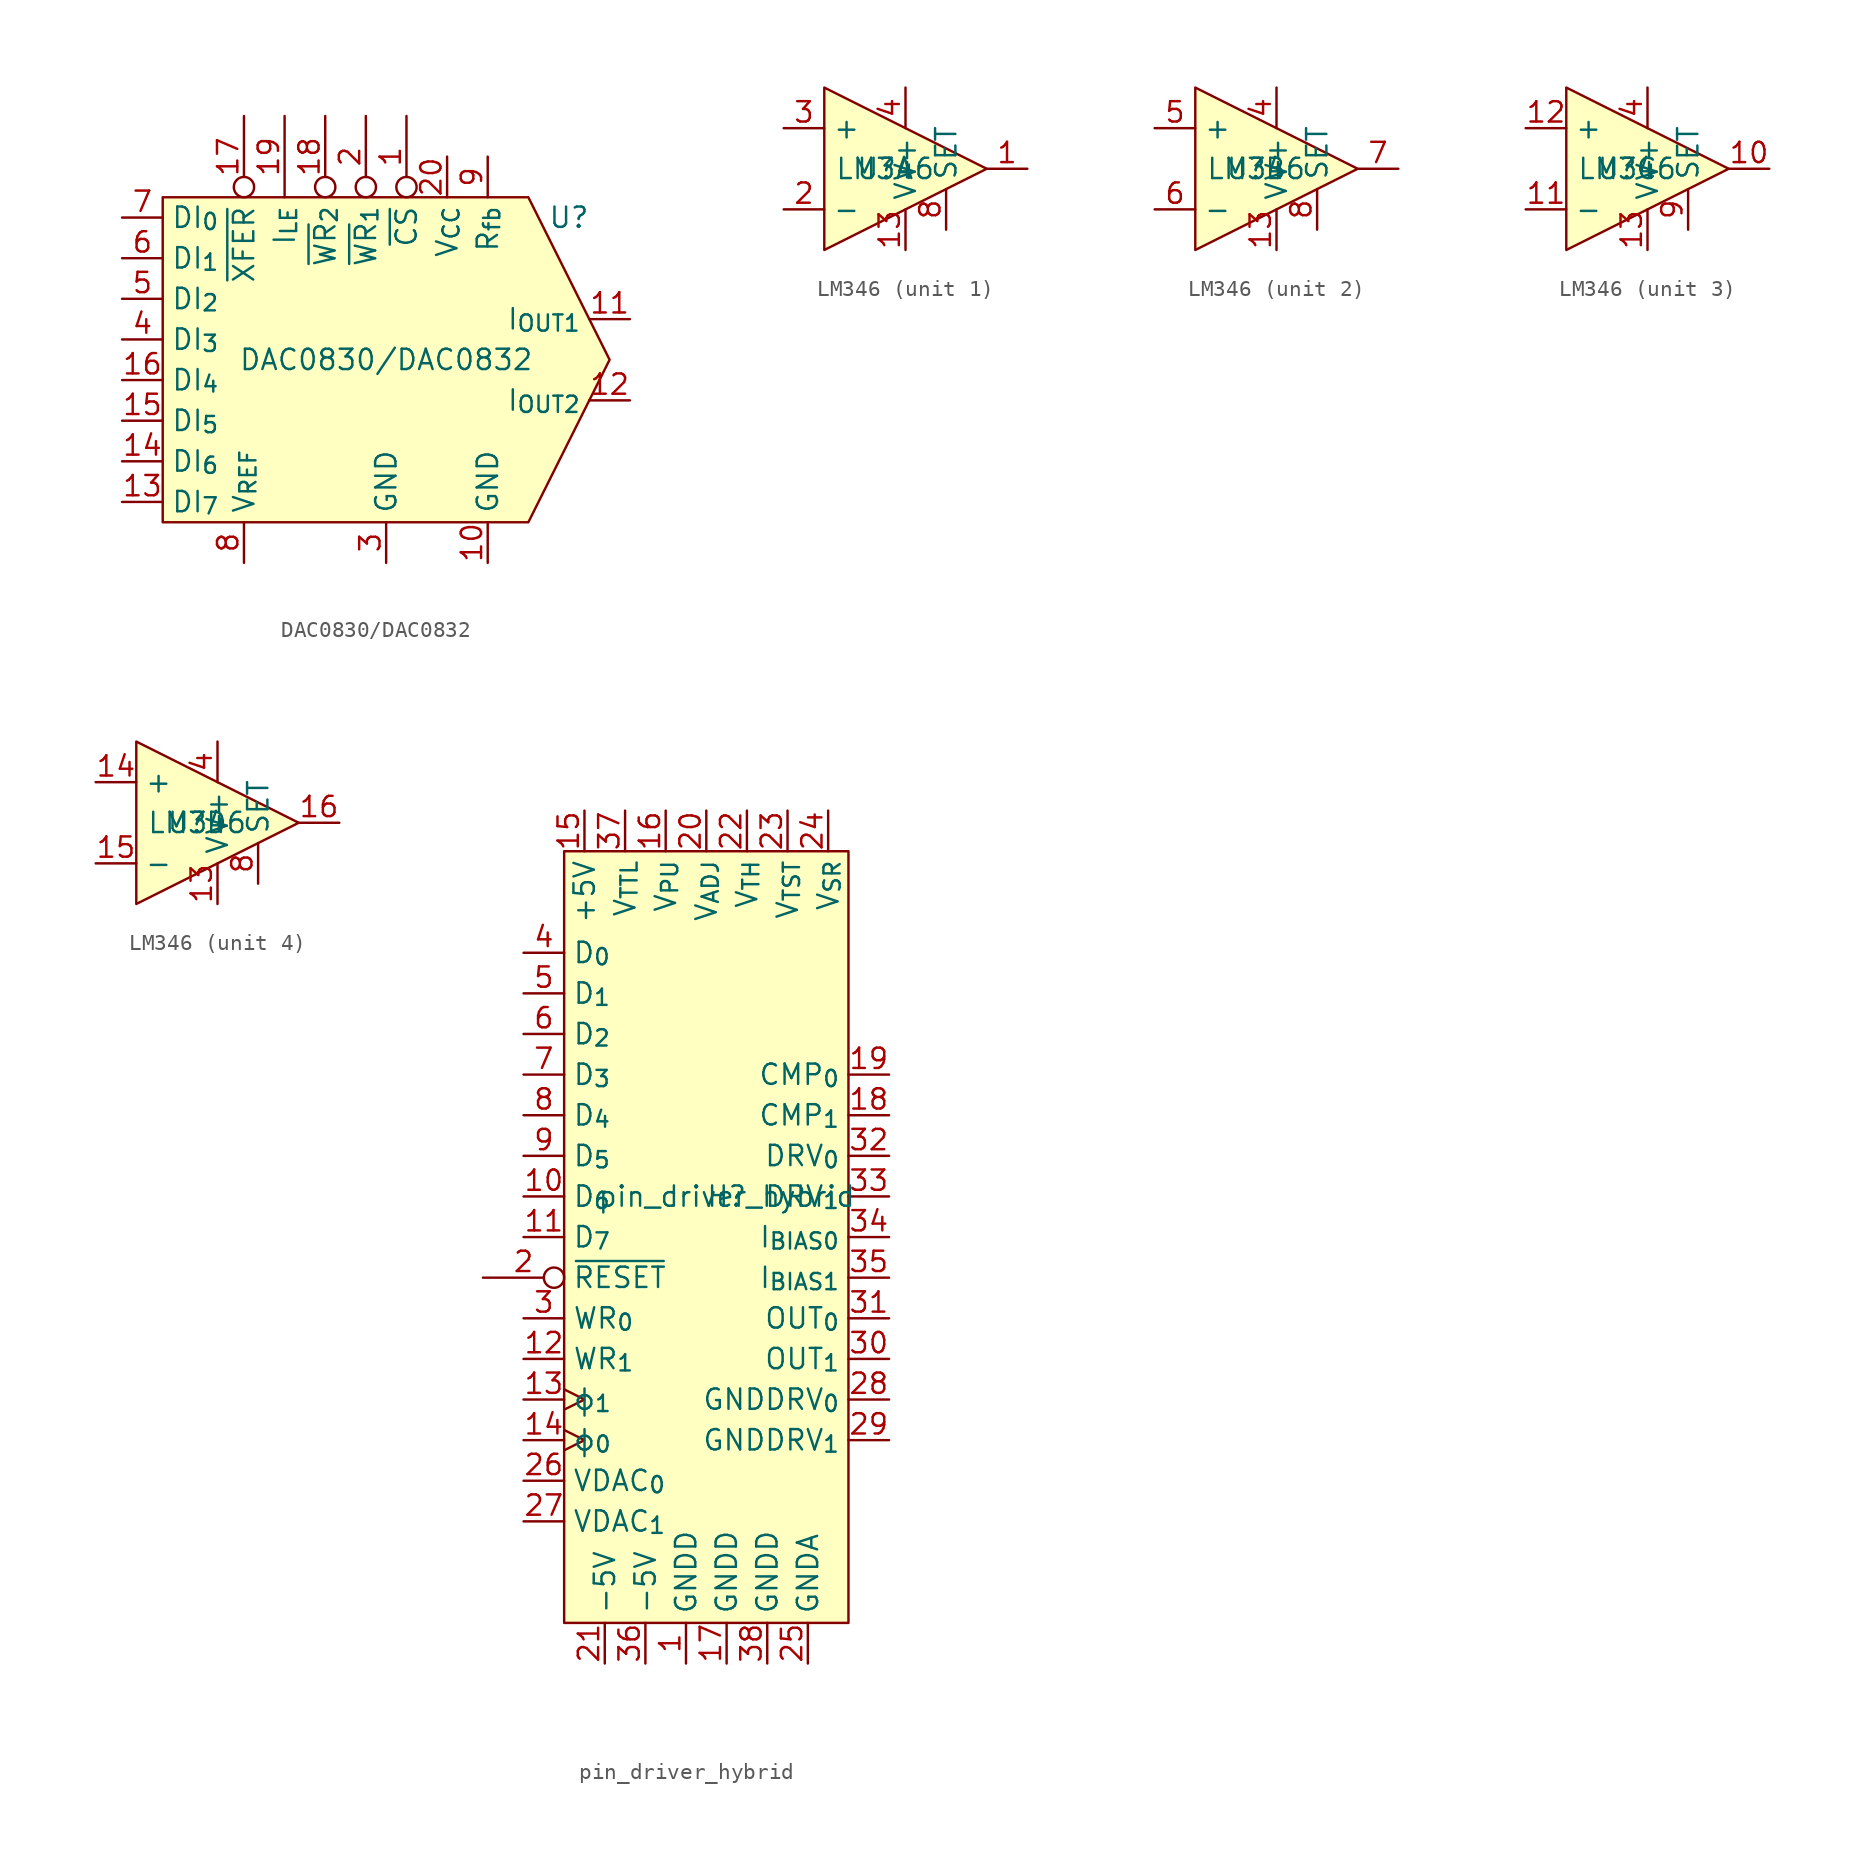
<source format=kicad_sym>
(kicad_symbol_lib
  (version 20231120)
  (generator "kicad_symbol_editor")
  (generator_version "8.0")
  (symbol "DAC0830/DAC0832"
    (property "Reference" "U"
      (at 12.7 8.89 0)
      (effects (font (size 1.27 1.27))))
    (property "Value" "DAC0830{slash}DAC0832"
      (at 1.27 0 0)
      (effects (font (size 1.27 1.27))))
    (symbol "DAC0830/DAC0832_0_1"
      (polyline (pts (xy 10.16 10.16) (xy 15.24 0) (xy 10.16 -10.16) (xy -12.7 -10.16) (xy -12.7 10.16) (xy 10.16 10.16)) (stroke (width 0.152) (type default)) (fill (type background))))
    (symbol "DAC0830/DAC0832_1_1"
      (pin input inverted (at 2.54 15.24 270) (length 5.08) (name "~{CS}" (effects (font (size 1.27 1.27)))) (number "1" (effects (font (size 1.27 1.27)))))
      (pin power_out line (at 7.62 -12.7 90) (length 2.54) (name "GND" (effects (font (size 1.27 1.27)))) (number "10" (effects (font (size 1.27 1.27)))))
      (pin output line (at 16.51 2.54 180) (length 2.54) (name "I_{OUT1}" (effects (font (size 1.27 1.27)))) (number "11" (effects (font (size 1.27 1.27)))))
      (pin output line (at 16.51 -2.54 180) (length 2.54) (name "I_{OUT2}" (effects (font (size 1.27 1.27)))) (number "12" (effects (font (size 1.27 1.27)))))
      (pin input line (at -15.24 -8.89 0) (length 2.54) (name "DI_{7}" (effects (font (size 1.27 1.27)))) (number "13" (effects (font (size 1.27 1.27)))))
      (pin input line (at -15.24 -6.35 0) (length 2.54) (name "DI_{6}" (effects (font (size 1.27 1.27)))) (number "14" (effects (font (size 1.27 1.27)))))
      (pin input line (at -15.24 -3.81 0) (length 2.54) (name "DI_{5}" (effects (font (size 1.27 1.27)))) (number "15" (effects (font (size 1.27 1.27)))))
      (pin input line (at -15.24 -1.27 0) (length 2.54) (name "DI_{4}" (effects (font (size 1.27 1.27)))) (number "16" (effects (font (size 1.27 1.27)))))
      (pin input inverted (at -7.62 15.24 270) (length 5.08) (name "~{XFER}" (effects (font (size 1.27 1.27)))) (number "17" (effects (font (size 1.27 1.27)))))
      (pin input inverted (at -2.54 15.24 270) (length 5.08) (name "~{WR}_{2}" (effects (font (size 1.27 1.27)))) (number "18" (effects (font (size 1.27 1.27)))))
      (pin input line (at -5.08 15.24 270) (length 5.08) (name "I_{LE}" (effects (font (size 1.27 1.27)))) (number "19" (effects (font (size 1.27 1.27)))))
      (pin input inverted (at 0 15.24 270) (length 5.08) (name "~{WR}_{1}" (effects (font (size 1.27 1.27)))) (number "2" (effects (font (size 1.27 1.27)))))
      (pin power_in line (at 5.08 12.7 270) (length 2.54) (name "V_{CC}" (effects (font (size 1.27 1.27)))) (number "20" (effects (font (size 1.27 1.27)))))
      (pin power_out line (at 1.27 -12.7 90) (length 2.54) (name "GND" (effects (font (size 1.27 1.27)))) (number "3" (effects (font (size 1.27 1.27)))))
      (pin input line (at -15.24 1.27 0) (length 2.54) (name "DI_{3}" (effects (font (size 1.27 1.27)))) (number "4" (effects (font (size 1.27 1.27)))))
      (pin input line (at -15.24 3.81 0) (length 2.54) (name "DI_{2}" (effects (font (size 1.27 1.27)))) (number "5" (effects (font (size 1.27 1.27)))))
      (pin input line (at -15.24 6.35 0) (length 2.54) (name "DI_{1}" (effects (font (size 1.27 1.27)))) (number "6" (effects (font (size 1.27 1.27)))))
      (pin input line (at -15.24 8.89 0) (length 2.54) (name "DI_{0}" (effects (font (size 1.27 1.27)))) (number "7" (effects (font (size 1.27 1.27)))))
      (pin input line (at -7.62 -12.7 90) (length 2.54) (name "V_{REF}" (effects (font (size 1.27 1.27)))) (number "8" (effects (font (size 1.27 1.27)))))
      (pin input line (at 7.62 12.7 270) (length 2.54) (name "R_{fb}" (effects (font (size 1.27 1.27)))) (number "9" (effects (font (size 1.27 1.27)))))))
  (symbol "LM346"
    (property "Reference" "U"
      (at 0 0 0)
      (effects (font (size 1.27 1.27))))
    (property "Value" "LM346"
      (at 0 0 0)
      (effects (font (size 1.27 1.27))))
    (property "ki_locked" ""
      (at 0 0 0)
      (effects (font (size 1.27 1.27))))
    (symbol "LM346_1_1"
      (polyline (pts (xy -3.81 5.08) (xy -3.81 -5.08) (xy 6.35 0) (xy -3.81 5.08)) (stroke (width 0.152) (type default)) (fill (type background)))
      (pin output line (at 8.89 0 180) (length 2.54) (name "" (effects (font (size 1.27 1.27)))) (number "1" (effects (font (size 1.27 1.27)))))
      (pin power_out line (at 1.27 -5.08 90) (length 2.54) (name "V-" (effects (font (size 1.27 1.27)))) (number "13" (effects (font (size 1.27 1.27)))))
      (pin input line (at -6.35 -2.54 0) (length 2.54) (name "-" (effects (font (size 1.27 1.27)))) (number "2" (effects (font (size 1.27 1.27)))))
      (pin input line (at -6.35 2.54 0) (length 2.54) (name "+" (effects (font (size 1.27 1.27)))) (number "3" (effects (font (size 1.27 1.27)))))
      (pin power_in line (at 1.27 5.08 270) (length 2.54) (name "V+" (effects (font (size 1.27 1.27)))) (number "4" (effects (font (size 1.27 1.27)))))
      (pin output line (at 3.81 -3.81 90) (length 2.54) (name "SET" (effects (font (size 1.27 1.27)))) (number "8" (effects (font (size 1.27 1.27))))))
    (symbol "LM346_2_1"
      (polyline (pts (xy -3.81 5.08) (xy -3.81 -5.08) (xy 6.35 0) (xy -3.81 5.08)) (stroke (width 0.152) (type default)) (fill (type background)))
      (pin power_out line (at 1.27 -5.08 90) (length 2.54) (name "V-" (effects (font (size 1.27 1.27)))) (number "13" (effects (font (size 1.27 1.27)))))
      (pin power_in line (at 1.27 5.08 270) (length 2.54) (name "V+" (effects (font (size 1.27 1.27)))) (number "4" (effects (font (size 1.27 1.27)))))
      (pin input line (at -6.35 2.54 0) (length 2.54) (name "+" (effects (font (size 1.27 1.27)))) (number "5" (effects (font (size 1.27 1.27)))))
      (pin input line (at -6.35 -2.54 0) (length 2.54) (name "-" (effects (font (size 1.27 1.27)))) (number "6" (effects (font (size 1.27 1.27)))))
      (pin output line (at 8.89 0 180) (length 2.54) (name "" (effects (font (size 1.27 1.27)))) (number "7" (effects (font (size 1.27 1.27)))))
      (pin output line (at 3.81 -3.81 90) (length 2.54) (name "SET" (effects (font (size 1.27 1.27)))) (number "8" (effects (font (size 1.27 1.27))))))
    (symbol "LM346_3_1"
      (polyline (pts (xy -3.81 5.08) (xy -3.81 -5.08) (xy 6.35 0) (xy -3.81 5.08)) (stroke (width 0.152) (type default)) (fill (type background)))
      (pin output line (at 8.89 0 180) (length 2.54) (name "" (effects (font (size 1.27 1.27)))) (number "10" (effects (font (size 1.27 1.27)))))
      (pin input line (at -6.35 -2.54 0) (length 2.54) (name "-" (effects (font (size 1.27 1.27)))) (number "11" (effects (font (size 1.27 1.27)))))
      (pin input line (at -6.35 2.54 0) (length 2.54) (name "+" (effects (font (size 1.27 1.27)))) (number "12" (effects (font (size 1.27 1.27)))))
      (pin power_out line (at 1.27 -5.08 90) (length 2.54) (name "V-" (effects (font (size 1.27 1.27)))) (number "13" (effects (font (size 1.27 1.27)))))
      (pin power_in line (at 1.27 5.08 270) (length 2.54) (name "V+" (effects (font (size 1.27 1.27)))) (number "4" (effects (font (size 1.27 1.27)))))
      (pin output line (at 3.81 -3.81 90) (length 2.54) (name "SET" (effects (font (size 1.27 1.27)))) (number "9" (effects (font (size 1.27 1.27))))))
    (symbol "LM346_4_1"
      (polyline (pts (xy -3.81 5.08) (xy -3.81 -5.08) (xy 6.35 0) (xy -3.81 5.08)) (stroke (width 0.152) (type default)) (fill (type background)))
      (pin power_out line (at 1.27 -5.08 90) (length 2.54) (name "V-" (effects (font (size 1.27 1.27)))) (number "13" (effects (font (size 1.27 1.27)))))
      (pin input line (at -6.35 2.54 0) (length 2.54) (name "+" (effects (font (size 1.27 1.27)))) (number "14" (effects (font (size 1.27 1.27)))))
      (pin input line (at -6.35 -2.54 0) (length 2.54) (name "-" (effects (font (size 1.27 1.27)))) (number "15" (effects (font (size 1.27 1.27)))))
      (pin output line (at 8.89 0 180) (length 2.54) (name "" (effects (font (size 1.27 1.27)))) (number "16" (effects (font (size 1.27 1.27)))))
      (pin power_in line (at 1.27 5.08 270) (length 2.54) (name "V+" (effects (font (size 1.27 1.27)))) (number "4" (effects (font (size 1.27 1.27)))))
      (pin output line (at 3.81 -3.81 90) (length 2.54) (name "SET" (effects (font (size 1.27 1.27)))) (number "8" (effects (font (size 1.27 1.27)))))))
  (symbol "pin_driver_hybrid"
    (property "Reference" "H"
      (at 0 2.54 0)
      (effects (font (size 1.27 1.27))))
    (property "Value" "pin_driver_hybrid"
      (at 0 2.54 0)
      (effects (font (size 1.27 1.27))))
    (symbol "pin_driver_hybrid_0_1"
      (rectangle (start -10.16 24.13) (end 7.62 -24.13) (stroke (width 0) (type default)) (fill (type background))))
    (symbol "pin_driver_hybrid_1_1"
      (pin power_out line (at -2.54 -26.67 90) (length 2.54) (name "GNDD" (effects (font (size 1.27 1.27)))) (number "1" (effects (font (size 1.27 1.27)))))
      (pin input line (at -12.7 2.54 0) (length 2.54) (name "D_{6}" (effects (font (size 1.27 1.27)))) (number "10" (effects (font (size 1.27 1.27)))))
      (pin input line (at -12.7 0 0) (length 2.54) (name "D_{7}" (effects (font (size 1.27 1.27)))) (number "11" (effects (font (size 1.27 1.27)))))
      (pin input line (at -12.7 -7.62 0) (length 2.54) (name "WR_{1}" (effects (font (size 1.27 1.27)))) (number "12" (effects (font (size 1.27 1.27)))))
      (pin input clock (at -12.7 -10.16 0) (length 2.54) (name "ϕ_{1}" (effects (font (size 1.27 1.27)))) (number "13" (effects (font (size 1.27 1.27)))))
      (pin input clock (at -12.7 -12.7 0) (length 2.54) (name "ϕ_{0}" (effects (font (size 1.27 1.27)))) (number "14" (effects (font (size 1.27 1.27)))))
      (pin power_in line (at -8.89 26.67 270) (length 2.54) (name "+5V" (effects (font (size 1.27 1.27)))) (number "15" (effects (font (size 1.27 1.27)))))
      (pin power_in line (at -3.81 26.67 270) (length 2.54) (name "V_{PU}" (effects (font (size 1.27 1.27)))) (number "16" (effects (font (size 1.27 1.27)))))
      (pin power_out line (at 0 -26.67 90) (length 2.54) (name "GNDD" (effects (font (size 1.27 1.27)))) (number "17" (effects (font (size 1.27 1.27)))))
      (pin output line (at 10.16 7.62 180) (length 2.54) (name "CMP_{1}" (effects (font (size 1.27 1.27)))) (number "18" (effects (font (size 1.27 1.27)))))
      (pin output line (at 10.16 10.16 180) (length 2.54) (name "CMP_{0}" (effects (font (size 1.27 1.27)))) (number "19" (effects (font (size 1.27 1.27)))))
      (pin input inverted (at -15.24 -2.54 0) (length 5.08) (name "~{RESET}" (effects (font (size 1.27 1.27)))) (number "2" (effects (font (size 1.27 1.27)))))
      (pin power_in line (at -1.27 26.67 270) (length 2.54) (name "V_{ADJ}" (effects (font (size 1.27 1.27)))) (number "20" (effects (font (size 1.27 1.27)))))
      (pin power_in line (at -7.62 -26.67 90) (length 2.54) (name "-5V" (effects (font (size 1.27 1.27)))) (number "21" (effects (font (size 1.27 1.27)))))
      (pin power_in line (at 1.27 26.67 270) (length 2.54) (name "V_{TH}" (effects (font (size 1.27 1.27)))) (number "22" (effects (font (size 1.27 1.27)))))
      (pin power_in line (at 3.81 26.67 270) (length 2.54) (name "V_{TST}" (effects (font (size 1.27 1.27)))) (number "23" (effects (font (size 1.27 1.27)))))
      (pin power_in line (at 6.35 26.67 270) (length 2.54) (name "V_{SR}" (effects (font (size 1.27 1.27)))) (number "24" (effects (font (size 1.27 1.27)))))
      (pin power_out line (at 5.08 -26.67 90) (length 2.54) (name "GNDA" (effects (font (size 1.27 1.27)))) (number "25" (effects (font (size 1.27 1.27)))))
      (pin input line (at -12.7 -15.24 0) (length 2.54) (name "VDAC_{0}" (effects (font (size 1.27 1.27)))) (number "26" (effects (font (size 1.27 1.27)))))
      (pin input line (at -12.7 -17.78 0) (length 2.54) (name "VDAC_{1}" (effects (font (size 1.27 1.27)))) (number "27" (effects (font (size 1.27 1.27)))))
      (pin output line (at 10.16 -10.16 180) (length 2.54) (name "GNDDRV_{0}" (effects (font (size 1.27 1.27)))) (number "28" (effects (font (size 1.27 1.27)))))
      (pin output line (at 10.16 -12.7 180) (length 2.54) (name "GNDDRV_{1}" (effects (font (size 1.27 1.27)))) (number "29" (effects (font (size 1.27 1.27)))))
      (pin input line (at -12.7 -5.08 0) (length 2.54) (name "WR_{0}" (effects (font (size 1.27 1.27)))) (number "3" (effects (font (size 1.27 1.27)))))
      (pin output line (at 10.16 -7.62 180) (length 2.54) (name "OUT_{1}" (effects (font (size 1.27 1.27)))) (number "30" (effects (font (size 1.27 1.27)))))
      (pin output line (at 10.16 -5.08 180) (length 2.54) (name "OUT_{0}" (effects (font (size 1.27 1.27)))) (number "31" (effects (font (size 1.27 1.27)))))
      (pin output line (at 10.16 5.08 180) (length 2.54) (name "DRV_{0}" (effects (font (size 1.27 1.27)))) (number "32" (effects (font (size 1.27 1.27)))))
      (pin output line (at 10.16 2.54 180) (length 2.54) (name "DRV_{1}" (effects (font (size 1.27 1.27)))) (number "33" (effects (font (size 1.27 1.27)))))
      (pin input line (at 10.16 0 180) (length 2.54) (name "I_{BIAS}_{0}" (effects (font (size 1.27 1.27)))) (number "34" (effects (font (size 1.27 1.27)))))
      (pin input line (at 10.16 -2.54 180) (length 2.54) (name "I_{BIAS}_{1}" (effects (font (size 1.27 1.27)))) (number "35" (effects (font (size 1.27 1.27)))))
      (pin power_in line (at -5.08 -26.67 90) (length 2.54) (name "-5V" (effects (font (size 1.27 1.27)))) (number "36" (effects (font (size 1.27 1.27)))))
      (pin power_in line (at -6.35 26.67 270) (length 2.54) (name "V_{TTL}" (effects (font (size 1.27 1.27)))) (number "37" (effects (font (size 1.27 1.27)))))
      (pin power_out line (at 2.54 -26.67 90) (length 2.54) (name "GNDD" (effects (font (size 1.27 1.27)))) (number "38" (effects (font (size 1.27 1.27)))))
      (pin bidirectional line (at -12.7 17.78 0) (length 2.54) (name "D_{0}" (effects (font (size 1.27 1.27)))) (number "4" (effects (font (size 1.27 1.27)))))
      (pin input line (at -12.7 15.24 0) (length 2.54) (name "D_{1}" (effects (font (size 1.27 1.27)))) (number "5" (effects (font (size 1.27 1.27)))))
      (pin input line (at -12.7 12.7 0) (length 2.54) (name "D_{2}" (effects (font (size 1.27 1.27)))) (number "6" (effects (font (size 1.27 1.27)))))
      (pin input line (at -12.7 10.16 0) (length 2.54) (name "D_{3}" (effects (font (size 1.27 1.27)))) (number "7" (effects (font (size 1.27 1.27)))))
      (pin input line (at -12.7 7.62 0) (length 2.54) (name "D_{4}" (effects (font (size 1.27 1.27)))) (number "8" (effects (font (size 1.27 1.27)))))
      (pin input line (at -12.7 5.08 0) (length 2.54) (name "D_{5}" (effects (font (size 1.27 1.27)))) (number "9" (effects (font (size 1.27 1.27))))))))
</source>
